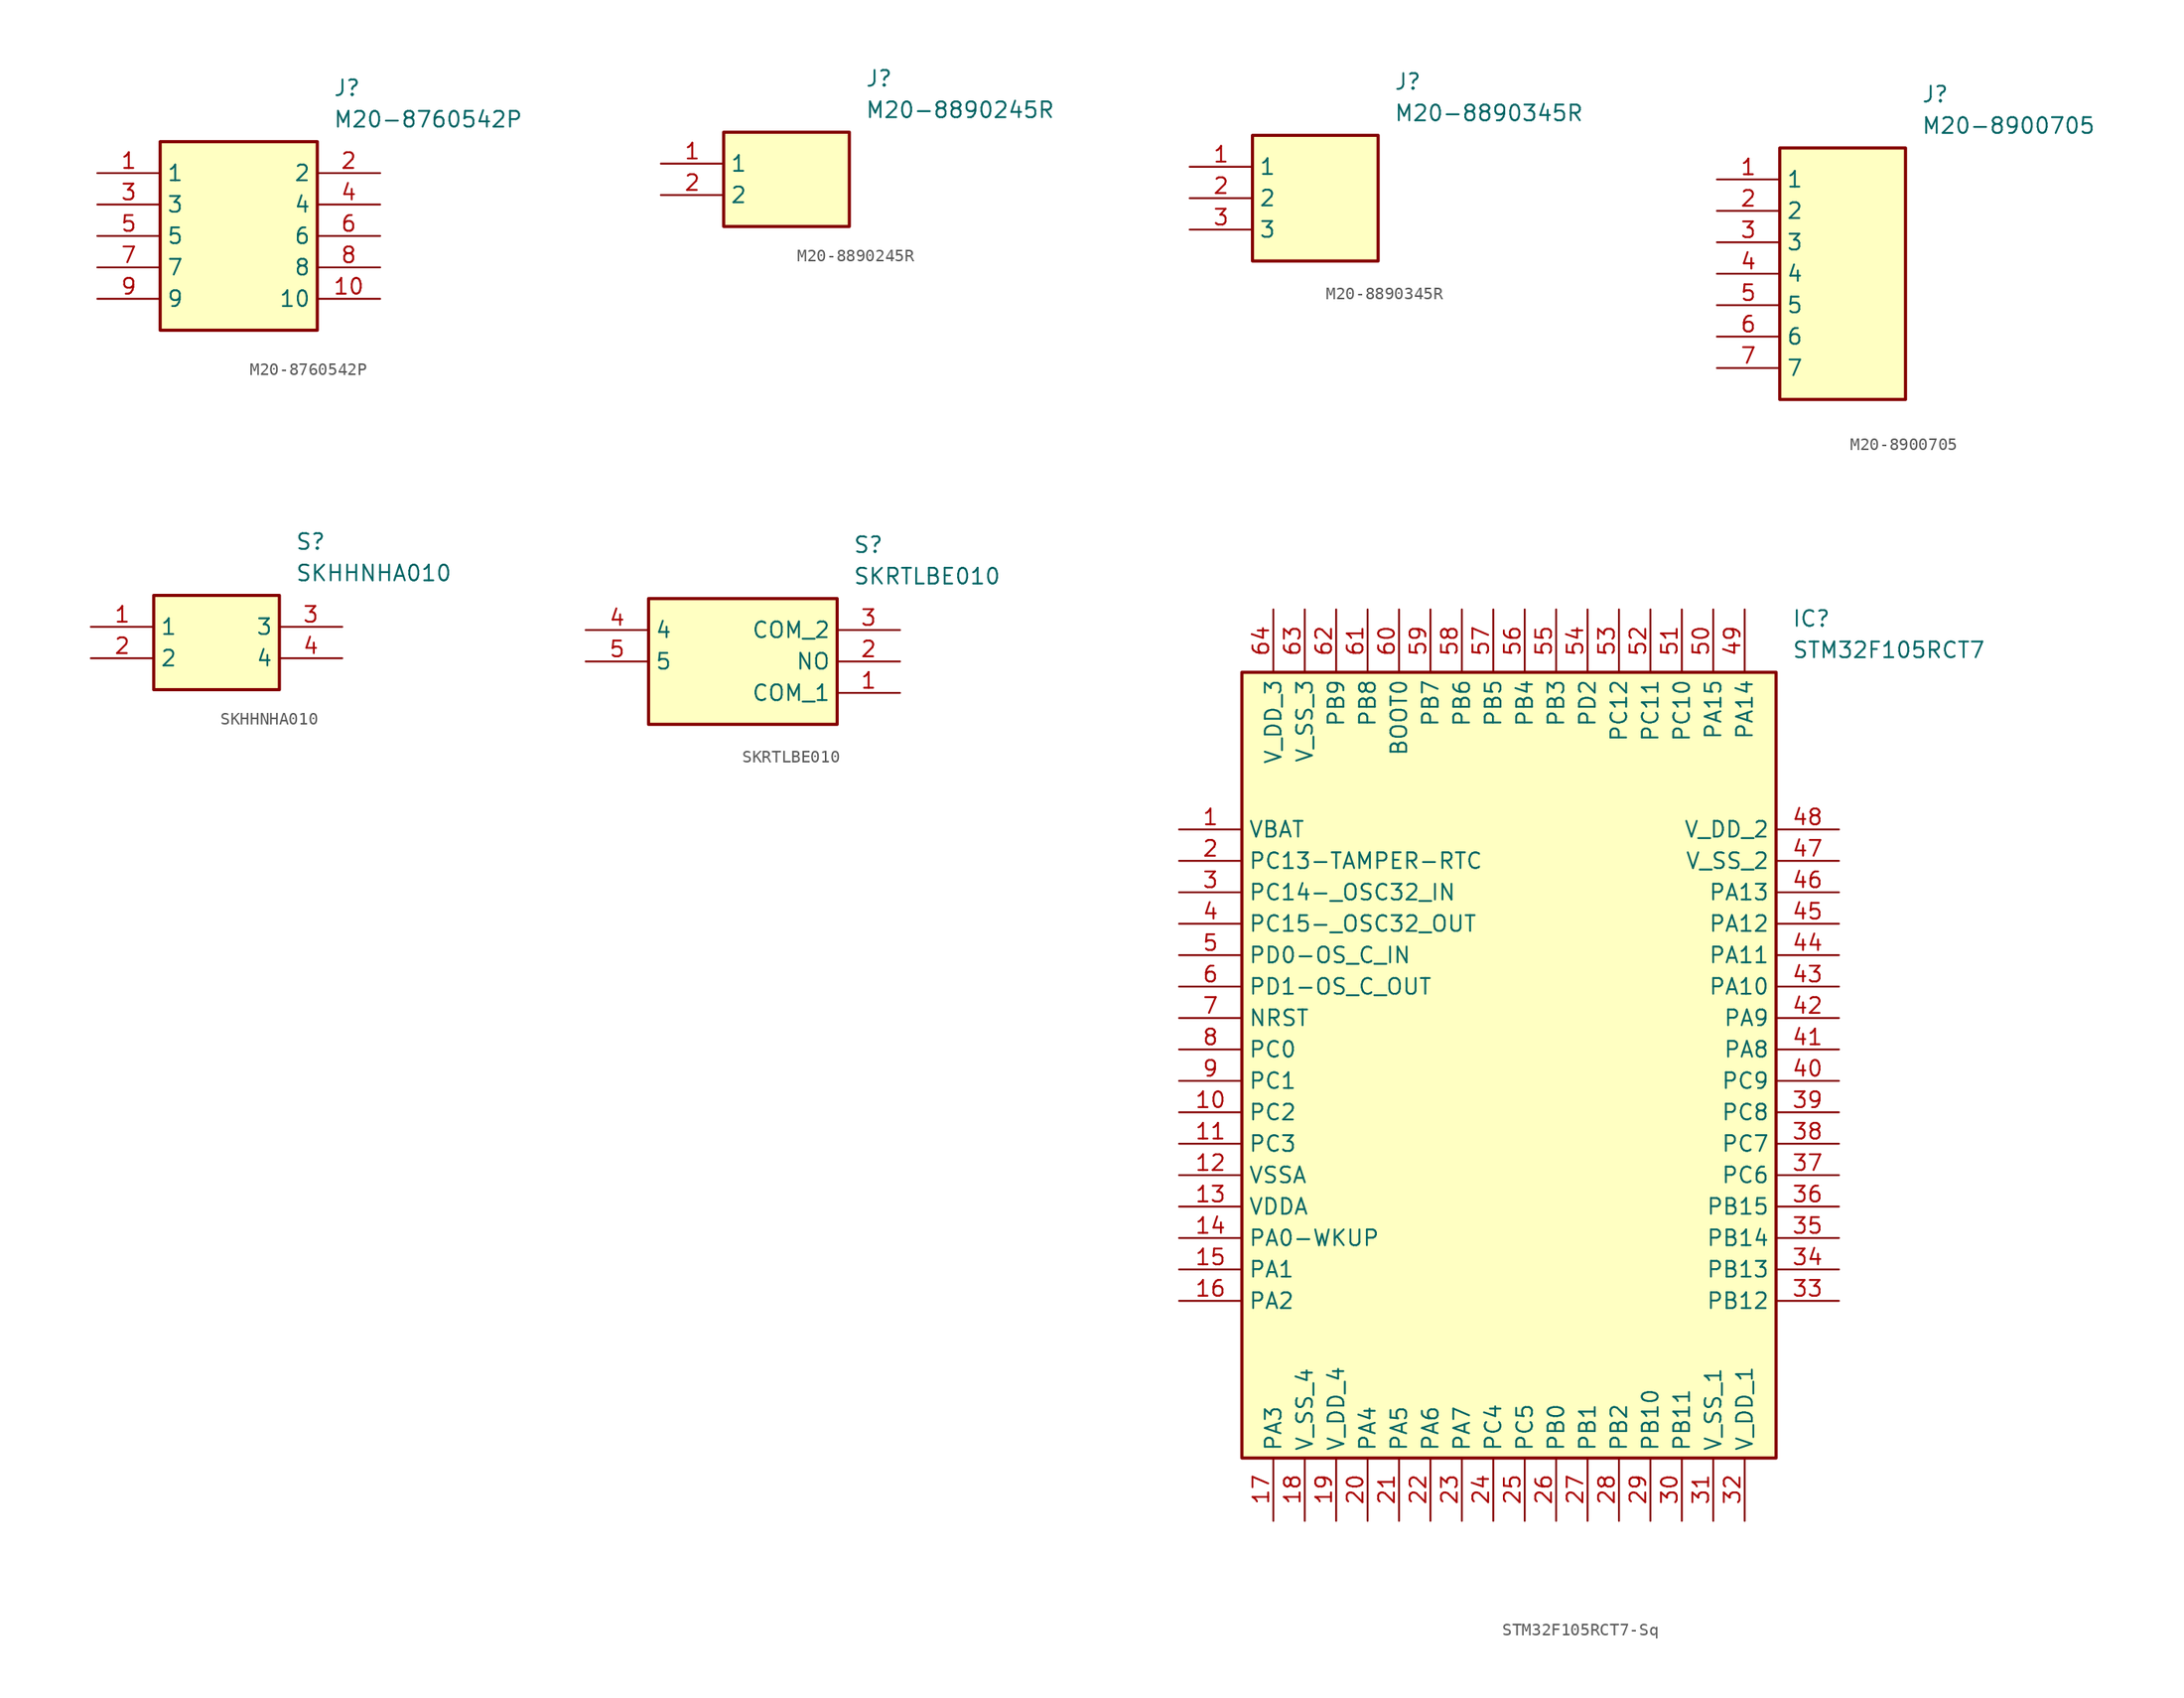
<source format=kicad_sym>
(kicad_symbol_lib
  (version 20231120)
  (generator "kicad_symbol_editor")
  (generator_version "8.0")
  (symbol "M20-8760542P"
    (property "Reference" "J"
      (at 19.05 7.62 0)
      (effects (font (size 1.27 1.27)) (justify left top)))
    (property "Value" "M20-8760542P"
      (at 19.05 5.08 0)
      (effects (font (size 1.27 1.27)) (justify left top)))
    (symbol "M20-8760542P_1_1"
      (rectangle (start 5.08 2.54) (end 17.78 -12.7) (stroke (width 0.254) (type default)) (fill (type background)))
      (pin passive line (at 0 0 0) (length 5.08) (name "1" (effects (font (size 1.27 1.27)))) (number "1" (effects (font (size 1.27 1.27)))))
      (pin passive line (at 22.86 -10.16 180) (length 5.08) (name "10" (effects (font (size 1.27 1.27)))) (number "10" (effects (font (size 1.27 1.27)))))
      (pin passive line (at 22.86 0 180) (length 5.08) (name "2" (effects (font (size 1.27 1.27)))) (number "2" (effects (font (size 1.27 1.27)))))
      (pin passive line (at 0 -2.54 0) (length 5.08) (name "3" (effects (font (size 1.27 1.27)))) (number "3" (effects (font (size 1.27 1.27)))))
      (pin passive line (at 22.86 -2.54 180) (length 5.08) (name "4" (effects (font (size 1.27 1.27)))) (number "4" (effects (font (size 1.27 1.27)))))
      (pin passive line (at 0 -5.08 0) (length 5.08) (name "5" (effects (font (size 1.27 1.27)))) (number "5" (effects (font (size 1.27 1.27)))))
      (pin passive line (at 22.86 -5.08 180) (length 5.08) (name "6" (effects (font (size 1.27 1.27)))) (number "6" (effects (font (size 1.27 1.27)))))
      (pin passive line (at 0 -7.62 0) (length 5.08) (name "7" (effects (font (size 1.27 1.27)))) (number "7" (effects (font (size 1.27 1.27)))))
      (pin passive line (at 22.86 -7.62 180) (length 5.08) (name "8" (effects (font (size 1.27 1.27)))) (number "8" (effects (font (size 1.27 1.27)))))
      (pin passive line (at 0 -10.16 0) (length 5.08) (name "9" (effects (font (size 1.27 1.27)))) (number "9" (effects (font (size 1.27 1.27)))))))
  (symbol "M20-8890245R"
    (property "Reference" "J"
      (at 16.51 7.62 0)
      (effects (font (size 1.27 1.27)) (justify left top)))
    (property "Value" "M20-8890245R"
      (at 16.51 5.08 0)
      (effects (font (size 1.27 1.27)) (justify left top)))
    (symbol "M20-8890245R_1_1"
      (rectangle (start 5.08 2.54) (end 15.24 -5.08) (stroke (width 0.254) (type default)) (fill (type background)))
      (pin passive line (at 0 0 0) (length 5.08) (name "1" (effects (font (size 1.27 1.27)))) (number "1" (effects (font (size 1.27 1.27)))))
      (pin passive line (at 0 -2.54 0) (length 5.08) (name "2" (effects (font (size 1.27 1.27)))) (number "2" (effects (font (size 1.27 1.27)))))))
  (symbol "M20-8890345R"
    (property "Reference" "J"
      (at 16.51 7.62 0)
      (effects (font (size 1.27 1.27)) (justify left top)))
    (property "Value" "M20-8890345R"
      (at 16.51 5.08 0)
      (effects (font (size 1.27 1.27)) (justify left top)))
    (symbol "M20-8890345R_1_1"
      (rectangle (start 5.08 2.54) (end 15.24 -7.62) (stroke (width 0.254) (type default)) (fill (type background)))
      (pin passive line (at 0 0 0) (length 5.08) (name "1" (effects (font (size 1.27 1.27)))) (number "1" (effects (font (size 1.27 1.27)))))
      (pin passive line (at 0 -2.54 0) (length 5.08) (name "2" (effects (font (size 1.27 1.27)))) (number "2" (effects (font (size 1.27 1.27)))))
      (pin passive line (at 0 -5.08 0) (length 5.08) (name "3" (effects (font (size 1.27 1.27)))) (number "3" (effects (font (size 1.27 1.27)))))))
  (symbol "M20-8900705"
    (property "Reference" "J"
      (at 16.51 7.62 0)
      (effects (font (size 1.27 1.27)) (justify left top)))
    (property "Value" "M20-8900705"
      (at 16.51 5.08 0)
      (effects (font (size 1.27 1.27)) (justify left top)))
    (symbol "M20-8900705_1_1"
      (rectangle (start 5.08 2.54) (end 15.24 -17.78) (stroke (width 0.254) (type default)) (fill (type background)))
      (pin passive line (at 0 0 0) (length 5.08) (name "1" (effects (font (size 1.27 1.27)))) (number "1" (effects (font (size 1.27 1.27)))))
      (pin passive line (at 0 -2.54 0) (length 5.08) (name "2" (effects (font (size 1.27 1.27)))) (number "2" (effects (font (size 1.27 1.27)))))
      (pin passive line (at 0 -5.08 0) (length 5.08) (name "3" (effects (font (size 1.27 1.27)))) (number "3" (effects (font (size 1.27 1.27)))))
      (pin passive line (at 0 -7.62 0) (length 5.08) (name "4" (effects (font (size 1.27 1.27)))) (number "4" (effects (font (size 1.27 1.27)))))
      (pin passive line (at 0 -10.16 0) (length 5.08) (name "5" (effects (font (size 1.27 1.27)))) (number "5" (effects (font (size 1.27 1.27)))))
      (pin passive line (at 0 -12.7 0) (length 5.08) (name "6" (effects (font (size 1.27 1.27)))) (number "6" (effects (font (size 1.27 1.27)))))
      (pin passive line (at 0 -15.24 0) (length 5.08) (name "7" (effects (font (size 1.27 1.27)))) (number "7" (effects (font (size 1.27 1.27)))))))
  (symbol "SKHHNHA010"
    (property "Reference" "S"
      (at 16.51 7.62 0)
      (effects (font (size 1.27 1.27)) (justify left top)))
    (property "Value" "SKHHNHA010"
      (at 16.51 5.08 0)
      (effects (font (size 1.27 1.27)) (justify left top)))
    (symbol "SKHHNHA010_1_1"
      (rectangle (start 5.08 2.54) (end 15.24 -5.08) (stroke (width 0.254) (type default)) (fill (type background)))
      (pin passive line (at 0 0 0) (length 5.08) (name "1" (effects (font (size 1.27 1.27)))) (number "1" (effects (font (size 1.27 1.27)))))
      (pin passive line (at 0 -2.54 0) (length 5.08) (name "2" (effects (font (size 1.27 1.27)))) (number "2" (effects (font (size 1.27 1.27)))))
      (pin passive line (at 20.32 0 180) (length 5.08) (name "3" (effects (font (size 1.27 1.27)))) (number "3" (effects (font (size 1.27 1.27)))))
      (pin passive line (at 20.32 -2.54 180) (length 5.08) (name "4" (effects (font (size 1.27 1.27)))) (number "4" (effects (font (size 1.27 1.27)))))))
  (symbol "SKRTLBE010"
    (property "Reference" "S"
      (at 21.59 7.62 0)
      (effects (font (size 1.27 1.27)) (justify left top)))
    (property "Value" "SKRTLBE010"
      (at 21.59 5.08 0)
      (effects (font (size 1.27 1.27)) (justify left top)))
    (symbol "SKRTLBE010_1_1"
      (rectangle (start 5.08 2.54) (end 20.32 -7.62) (stroke (width 0.254) (type default)) (fill (type background)))
      (pin passive line (at 25.4 -5.08 180) (length 5.08) (name "COM_1" (effects (font (size 1.27 1.27)))) (number "1" (effects (font (size 1.27 1.27)))))
      (pin passive line (at 25.4 -2.54 180) (length 5.08) (name "NO" (effects (font (size 1.27 1.27)))) (number "2" (effects (font (size 1.27 1.27)))))
      (pin passive line (at 25.4 0 180) (length 5.08) (name "COM_2" (effects (font (size 1.27 1.27)))) (number "3" (effects (font (size 1.27 1.27)))))
      (pin passive line (at 0 0 0) (length 5.08) (name "4" (effects (font (size 1.27 1.27)))) (number "4" (effects (font (size 1.27 1.27)))))
      (pin passive line (at 0 -2.54 0) (length 5.08) (name "5" (effects (font (size 1.27 1.27)))) (number "5" (effects (font (size 1.27 1.27)))))))
  (symbol "STM32F105RCT7-Sq"
    (property "Reference" "IC"
      (at 49.53 17.78 0)
      (effects (font (size 1.27 1.27)) (justify left top)))
    (property "Value" "STM32F105RCT7"
      (at 49.53 15.24 0)
      (effects (font (size 1.27 1.27)) (justify left top)))
    (symbol "STM32F105RCT7-Sq_1_1"
      (rectangle (start 5.08 12.7) (end 48.26 -50.8) (stroke (width 0.254) (type default)) (fill (type background)))
      (pin passive line (at 0 0 0) (length 5.08) (name "VBAT" (effects (font (size 1.27 1.27)))) (number "1" (effects (font (size 1.27 1.27)))))
      (pin passive line (at 0 -22.86 0) (length 5.08) (name "PC2" (effects (font (size 1.27 1.27)))) (number "10" (effects (font (size 1.27 1.27)))))
      (pin passive line (at 0 -25.4 0) (length 5.08) (name "PC3" (effects (font (size 1.27 1.27)))) (number "11" (effects (font (size 1.27 1.27)))))
      (pin passive line (at 0 -27.94 0) (length 5.08) (name "VSSA" (effects (font (size 1.27 1.27)))) (number "12" (effects (font (size 1.27 1.27)))))
      (pin passive line (at 0 -30.48 0) (length 5.08) (name "VDDA" (effects (font (size 1.27 1.27)))) (number "13" (effects (font (size 1.27 1.27)))))
      (pin passive line (at 0 -33.02 0) (length 5.08) (name "PA0-WKUP" (effects (font (size 1.27 1.27)))) (number "14" (effects (font (size 1.27 1.27)))))
      (pin passive line (at 0 -35.56 0) (length 5.08) (name "PA1" (effects (font (size 1.27 1.27)))) (number "15" (effects (font (size 1.27 1.27)))))
      (pin passive line (at 0 -38.1 0) (length 5.08) (name "PA2" (effects (font (size 1.27 1.27)))) (number "16" (effects (font (size 1.27 1.27)))))
      (pin passive line (at 7.62 -55.88 90) (length 5.08) (name "PA3" (effects (font (size 1.27 1.27)))) (number "17" (effects (font (size 1.27 1.27)))))
      (pin passive line (at 10.16 -55.88 90) (length 5.08) (name "V_SS_4" (effects (font (size 1.27 1.27)))) (number "18" (effects (font (size 1.27 1.27)))))
      (pin passive line (at 12.7 -55.88 90) (length 5.08) (name "V_DD_4" (effects (font (size 1.27 1.27)))) (number "19" (effects (font (size 1.27 1.27)))))
      (pin passive line (at 0 -2.54 0) (length 5.08) (name "PC13-TAMPER-RTC" (effects (font (size 1.27 1.27)))) (number "2" (effects (font (size 1.27 1.27)))))
      (pin passive line (at 15.24 -55.88 90) (length 5.08) (name "PA4" (effects (font (size 1.27 1.27)))) (number "20" (effects (font (size 1.27 1.27)))))
      (pin passive line (at 17.78 -55.88 90) (length 5.08) (name "PA5" (effects (font (size 1.27 1.27)))) (number "21" (effects (font (size 1.27 1.27)))))
      (pin passive line (at 20.32 -55.88 90) (length 5.08) (name "PA6" (effects (font (size 1.27 1.27)))) (number "22" (effects (font (size 1.27 1.27)))))
      (pin passive line (at 22.86 -55.88 90) (length 5.08) (name "PA7" (effects (font (size 1.27 1.27)))) (number "23" (effects (font (size 1.27 1.27)))))
      (pin passive line (at 25.4 -55.88 90) (length 5.08) (name "PC4" (effects (font (size 1.27 1.27)))) (number "24" (effects (font (size 1.27 1.27)))))
      (pin passive line (at 27.94 -55.88 90) (length 5.08) (name "PC5" (effects (font (size 1.27 1.27)))) (number "25" (effects (font (size 1.27 1.27)))))
      (pin passive line (at 30.48 -55.88 90) (length 5.08) (name "PB0" (effects (font (size 1.27 1.27)))) (number "26" (effects (font (size 1.27 1.27)))))
      (pin passive line (at 33.02 -55.88 90) (length 5.08) (name "PB1" (effects (font (size 1.27 1.27)))) (number "27" (effects (font (size 1.27 1.27)))))
      (pin passive line (at 35.56 -55.88 90) (length 5.08) (name "PB2" (effects (font (size 1.27 1.27)))) (number "28" (effects (font (size 1.27 1.27)))))
      (pin passive line (at 38.1 -55.88 90) (length 5.08) (name "PB10" (effects (font (size 1.27 1.27)))) (number "29" (effects (font (size 1.27 1.27)))))
      (pin passive line (at 0 -5.08 0) (length 5.08) (name "PC14-_OSC32_IN" (effects (font (size 1.27 1.27)))) (number "3" (effects (font (size 1.27 1.27)))))
      (pin passive line (at 40.64 -55.88 90) (length 5.08) (name "PB11" (effects (font (size 1.27 1.27)))) (number "30" (effects (font (size 1.27 1.27)))))
      (pin passive line (at 43.18 -55.88 90) (length 5.08) (name "V_SS_1" (effects (font (size 1.27 1.27)))) (number "31" (effects (font (size 1.27 1.27)))))
      (pin passive line (at 45.72 -55.88 90) (length 5.08) (name "V_DD_1" (effects (font (size 1.27 1.27)))) (number "32" (effects (font (size 1.27 1.27)))))
      (pin passive line (at 53.34 -38.1 180) (length 5.08) (name "PB12" (effects (font (size 1.27 1.27)))) (number "33" (effects (font (size 1.27 1.27)))))
      (pin passive line (at 53.34 -35.56 180) (length 5.08) (name "PB13" (effects (font (size 1.27 1.27)))) (number "34" (effects (font (size 1.27 1.27)))))
      (pin passive line (at 53.34 -33.02 180) (length 5.08) (name "PB14" (effects (font (size 1.27 1.27)))) (number "35" (effects (font (size 1.27 1.27)))))
      (pin passive line (at 53.34 -30.48 180) (length 5.08) (name "PB15" (effects (font (size 1.27 1.27)))) (number "36" (effects (font (size 1.27 1.27)))))
      (pin passive line (at 53.34 -27.94 180) (length 5.08) (name "PC6" (effects (font (size 1.27 1.27)))) (number "37" (effects (font (size 1.27 1.27)))))
      (pin passive line (at 53.34 -25.4 180) (length 5.08) (name "PC7" (effects (font (size 1.27 1.27)))) (number "38" (effects (font (size 1.27 1.27)))))
      (pin passive line (at 53.34 -22.86 180) (length 5.08) (name "PC8" (effects (font (size 1.27 1.27)))) (number "39" (effects (font (size 1.27 1.27)))))
      (pin passive line (at 0 -7.62 0) (length 5.08) (name "PC15-_OSC32_OUT" (effects (font (size 1.27 1.27)))) (number "4" (effects (font (size 1.27 1.27)))))
      (pin passive line (at 53.34 -20.32 180) (length 5.08) (name "PC9" (effects (font (size 1.27 1.27)))) (number "40" (effects (font (size 1.27 1.27)))))
      (pin passive line (at 53.34 -17.78 180) (length 5.08) (name "PA8" (effects (font (size 1.27 1.27)))) (number "41" (effects (font (size 1.27 1.27)))))
      (pin passive line (at 53.34 -15.24 180) (length 5.08) (name "PA9" (effects (font (size 1.27 1.27)))) (number "42" (effects (font (size 1.27 1.27)))))
      (pin passive line (at 53.34 -12.7 180) (length 5.08) (name "PA10" (effects (font (size 1.27 1.27)))) (number "43" (effects (font (size 1.27 1.27)))))
      (pin passive line (at 53.34 -10.16 180) (length 5.08) (name "PA11" (effects (font (size 1.27 1.27)))) (number "44" (effects (font (size 1.27 1.27)))))
      (pin passive line (at 53.34 -7.62 180) (length 5.08) (name "PA12" (effects (font (size 1.27 1.27)))) (number "45" (effects (font (size 1.27 1.27)))))
      (pin passive line (at 53.34 -5.08 180) (length 5.08) (name "PA13" (effects (font (size 1.27 1.27)))) (number "46" (effects (font (size 1.27 1.27)))))
      (pin passive line (at 53.34 -2.54 180) (length 5.08) (name "V_SS_2" (effects (font (size 1.27 1.27)))) (number "47" (effects (font (size 1.27 1.27)))))
      (pin passive line (at 53.34 0 180) (length 5.08) (name "V_DD_2" (effects (font (size 1.27 1.27)))) (number "48" (effects (font (size 1.27 1.27)))))
      (pin passive line (at 45.72 17.78 270) (length 5.08) (name "PA14" (effects (font (size 1.27 1.27)))) (number "49" (effects (font (size 1.27 1.27)))))
      (pin passive line (at 0 -10.16 0) (length 5.08) (name "PD0-OS_C_IN" (effects (font (size 1.27 1.27)))) (number "5" (effects (font (size 1.27 1.27)))))
      (pin passive line (at 43.18 17.78 270) (length 5.08) (name "PA15" (effects (font (size 1.27 1.27)))) (number "50" (effects (font (size 1.27 1.27)))))
      (pin passive line (at 40.64 17.78 270) (length 5.08) (name "PC10" (effects (font (size 1.27 1.27)))) (number "51" (effects (font (size 1.27 1.27)))))
      (pin passive line (at 38.1 17.78 270) (length 5.08) (name "PC11" (effects (font (size 1.27 1.27)))) (number "52" (effects (font (size 1.27 1.27)))))
      (pin passive line (at 35.56 17.78 270) (length 5.08) (name "PC12" (effects (font (size 1.27 1.27)))) (number "53" (effects (font (size 1.27 1.27)))))
      (pin passive line (at 33.02 17.78 270) (length 5.08) (name "PD2" (effects (font (size 1.27 1.27)))) (number "54" (effects (font (size 1.27 1.27)))))
      (pin passive line (at 30.48 17.78 270) (length 5.08) (name "PB3" (effects (font (size 1.27 1.27)))) (number "55" (effects (font (size 1.27 1.27)))))
      (pin passive line (at 27.94 17.78 270) (length 5.08) (name "PB4" (effects (font (size 1.27 1.27)))) (number "56" (effects (font (size 1.27 1.27)))))
      (pin passive line (at 25.4 17.78 270) (length 5.08) (name "PB5" (effects (font (size 1.27 1.27)))) (number "57" (effects (font (size 1.27 1.27)))))
      (pin passive line (at 22.86 17.78 270) (length 5.08) (name "PB6" (effects (font (size 1.27 1.27)))) (number "58" (effects (font (size 1.27 1.27)))))
      (pin passive line (at 20.32 17.78 270) (length 5.08) (name "PB7" (effects (font (size 1.27 1.27)))) (number "59" (effects (font (size 1.27 1.27)))))
      (pin passive line (at 0 -12.7 0) (length 5.08) (name "PD1-OS_C_OUT" (effects (font (size 1.27 1.27)))) (number "6" (effects (font (size 1.27 1.27)))))
      (pin passive line (at 17.78 17.78 270) (length 5.08) (name "BOOT0" (effects (font (size 1.27 1.27)))) (number "60" (effects (font (size 1.27 1.27)))))
      (pin passive line (at 15.24 17.78 270) (length 5.08) (name "PB8" (effects (font (size 1.27 1.27)))) (number "61" (effects (font (size 1.27 1.27)))))
      (pin passive line (at 12.7 17.78 270) (length 5.08) (name "PB9" (effects (font (size 1.27 1.27)))) (number "62" (effects (font (size 1.27 1.27)))))
      (pin passive line (at 10.16 17.78 270) (length 5.08) (name "V_SS_3" (effects (font (size 1.27 1.27)))) (number "63" (effects (font (size 1.27 1.27)))))
      (pin passive line (at 7.62 17.78 270) (length 5.08) (name "V_DD_3" (effects (font (size 1.27 1.27)))) (number "64" (effects (font (size 1.27 1.27)))))
      (pin passive line (at 0 -15.24 0) (length 5.08) (name "NRST" (effects (font (size 1.27 1.27)))) (number "7" (effects (font (size 1.27 1.27)))))
      (pin passive line (at 0 -17.78 0) (length 5.08) (name "PC0" (effects (font (size 1.27 1.27)))) (number "8" (effects (font (size 1.27 1.27)))))
      (pin passive line (at 0 -20.32 0) (length 5.08) (name "PC1" (effects (font (size 1.27 1.27)))) (number "9" (effects (font (size 1.27 1.27))))))))
</source>
